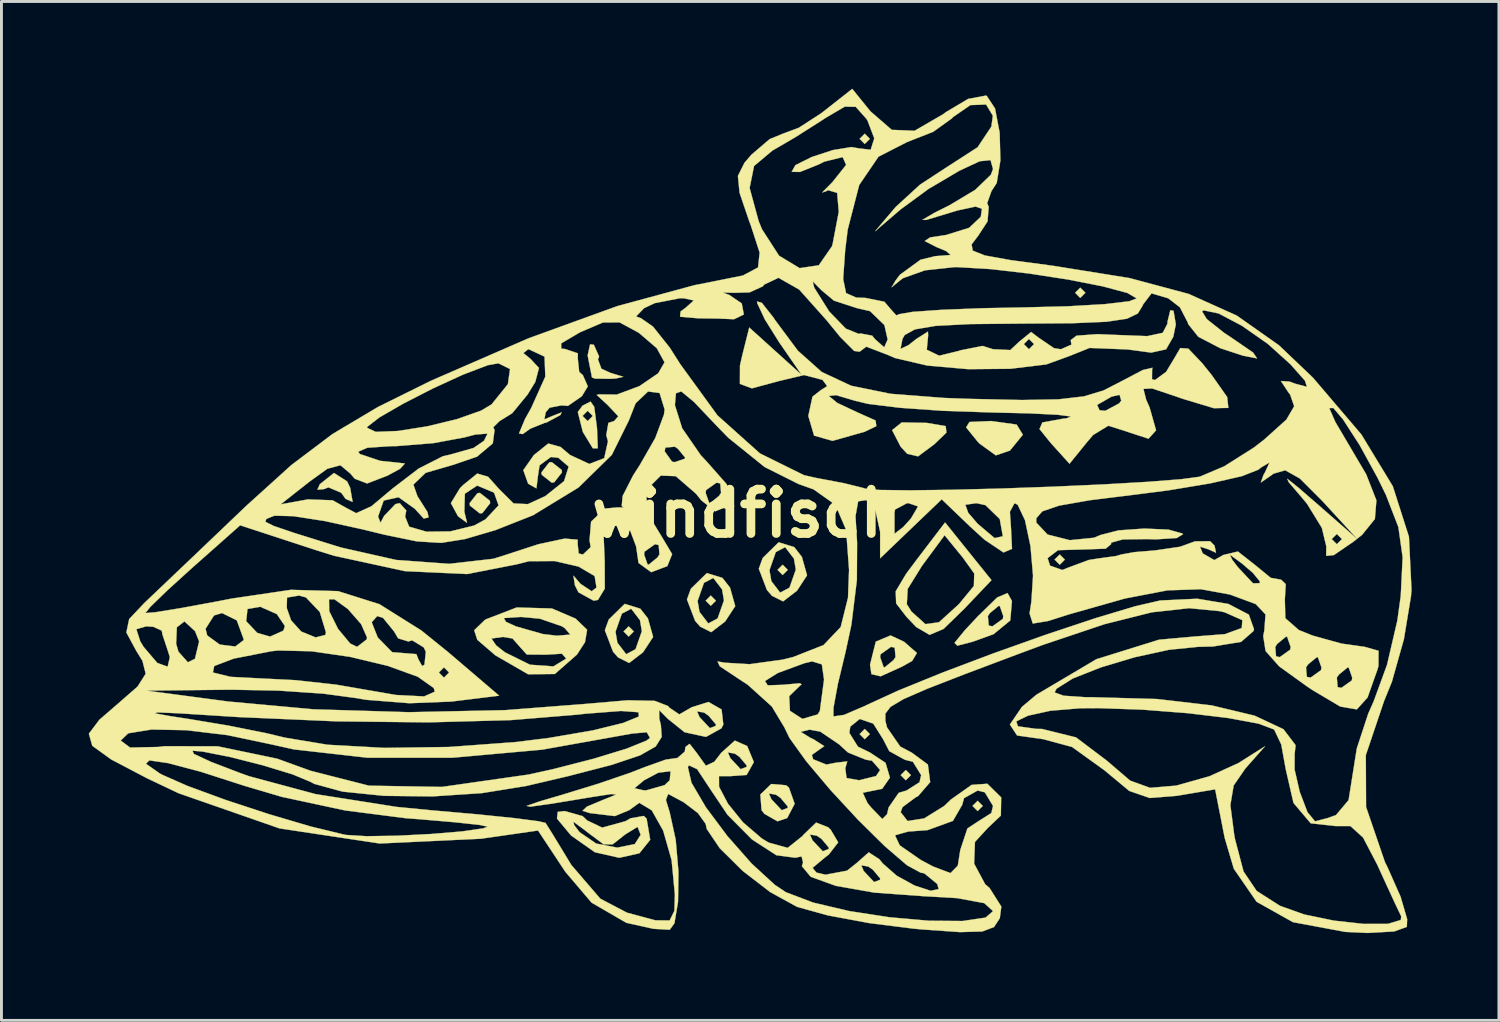
<source format=kicad_pcb>
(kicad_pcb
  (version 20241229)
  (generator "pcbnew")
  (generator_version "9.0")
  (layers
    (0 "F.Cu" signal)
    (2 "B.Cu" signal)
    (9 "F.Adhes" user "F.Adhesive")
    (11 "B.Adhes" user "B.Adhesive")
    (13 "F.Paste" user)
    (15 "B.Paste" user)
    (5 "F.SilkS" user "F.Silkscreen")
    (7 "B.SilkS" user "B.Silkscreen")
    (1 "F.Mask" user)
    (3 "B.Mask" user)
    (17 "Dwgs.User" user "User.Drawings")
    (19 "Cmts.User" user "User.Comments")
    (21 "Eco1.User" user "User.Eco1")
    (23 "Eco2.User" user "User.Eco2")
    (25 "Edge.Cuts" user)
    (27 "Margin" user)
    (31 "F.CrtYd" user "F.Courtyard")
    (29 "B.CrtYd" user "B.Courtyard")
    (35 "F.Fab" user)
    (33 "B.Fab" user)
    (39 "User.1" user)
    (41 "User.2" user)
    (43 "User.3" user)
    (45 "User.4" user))
  (footprint "windfisch"
    (layer "F.Cu")
    (at 22.618 14.599)
    (property "Reference" "windfisch" (at 0 0 0) (layer "F.SilkS") (effects (font (size 1.524 1.524) (thickness 0.3))))
    (attr through_hole)
    (fp_poly (pts (xy -3.881 4.057) (xy -4.057 4.233) (xy -4.233 4.057) (xy -4.057 3.881) (xy -3.881 4.057)) (stroke (width 0.01) (type solid)) (fill yes) (layer "F.SilkS"))
    (fp_poly (pts (xy -1.058 2.999) (xy -1.235 3.175) (xy -1.411 2.999) (xy -1.235 2.822) (xy -1.058 2.999)) (stroke (width 0.01) (type solid)) (fill yes) (layer "F.SilkS"))
    (fp_poly (pts (xy 1.411 1.94) (xy 1.235 2.117) (xy 1.058 1.94) (xy 1.235 1.764) (xy 1.411 1.94)) (stroke (width 0.01) (type solid)) (fill yes) (layer "F.SilkS"))
    (fp_poly (pts (xy 4.233 -12.876) (xy 4.057 -12.7) (xy 3.881 -12.876) (xy 4.057 -13.053) (xy 4.233 -12.876)) (stroke (width 0.01) (type solid)) (fill yes) (layer "F.SilkS"))
    (fp_poly (pts (xy 4.233 7.585) (xy 4.057 7.761) (xy 3.881 7.585) (xy 4.057 7.408) (xy 4.233 7.585)) (stroke (width 0.01) (type solid)) (fill yes) (layer "F.SilkS"))
    (fp_poly (pts (xy 5.644 8.996) (xy 5.468 9.172) (xy 5.292 8.996) (xy 5.468 8.819) (xy 5.644 8.996)) (stroke (width 0.01) (type solid)) (fill yes) (layer "F.SilkS"))
    (fp_poly (pts (xy 8.114 10.054) (xy 7.938 10.231) (xy 7.761 10.054) (xy 7.938 9.878) (xy 8.114 10.054)) (stroke (width 0.01) (type solid)) (fill yes) (layer "F.SilkS"))
    (fp_poly (pts (xy 10.936 1.587) (xy 10.76 1.764) (xy 10.583 1.587) (xy 10.76 1.411) (xy 10.936 1.587)) (stroke (width 0.01) (type solid)) (fill yes) (layer "F.SilkS"))
    (fp_poly (pts (xy 11.642 -7.585) (xy 11.465 -7.408) (xy 11.289 -7.585) (xy 11.465 -7.761) (xy 11.642 -7.585)) (stroke (width 0.01) (type solid)) (fill yes) (layer "F.SilkS"))
    (fp_poly (pts (xy -8.83 -0.437) (xy -8.819 -0.353) (xy -9.088 -0.01) (xy -9.172 0) (xy -9.515 -0.268) (xy -9.525 -0.353) (xy -9.257 -0.695) (xy -9.172 -0.706) (xy -8.83 -0.437)) (stroke (width 0.01) (type solid)) (fill yes) (layer "F.SilkS"))
    (fp_poly (pts (xy -6.36 -1.495) (xy -6.35 -1.411) (xy -6.618 -1.069) (xy -6.703 -1.058) (xy -7.045 -1.327) (xy -7.056 -1.411) (xy -6.787 -1.754) (xy -6.703 -1.764) (xy -6.36 -1.495)) (stroke (width 0.01) (type solid)) (fill yes) (layer "F.SilkS"))
    (fp_poly (pts (xy 6.183 -3.113) (xy 6.841 -3.001) (xy 6.864 -2.778) (xy 6.442 -2.372) (xy 5.889 -1.962) (xy 5.517 -2.05) (xy 5.292 -2.293) (xy 4.998 -2.863) (xy 5.328 -3.128) (xy 6.183 -3.113)) (stroke (width 0.01) (type solid)) (fill yes) (layer "F.SilkS"))
    (fp_poly (pts (xy -13.737 -1.102) (xy -13.631 -0.882) (xy -13.547 -0.396) (xy -13.788 -0.5) (xy -13.938 -0.711) (xy -14.379 -0.896) (xy -14.543 -0.833) (xy -14.758 -0.816) (xy -14.674 -1.004) (xy -14.188 -1.391) (xy -13.737 -1.102)) (stroke (width 0.01) (type solid)) (fill yes) (layer "F.SilkS"))
    (fp_poly (pts (xy 9.279 -3.054) (xy 9.492 -2.706) (xy 9.049 -2.161) (xy 8.562 -1.996) (xy 7.999 -2.403) (xy 7.936 -2.471) (xy 7.542 -2.957) (xy 7.657 -3.144) (xy 8.379 -3.175) (xy 8.412 -3.175) (xy 9.279 -3.054)) (stroke (width 0.01) (type solid)) (fill yes) (layer "F.SilkS"))
    (fp_poly (pts (xy -5.255 -5.798) (xy -5.074 -5.391) (xy -5.114 -5.294) (xy -4.994 -4.973) (xy -4.679 -4.83) (xy -4.244 -4.696) (xy -4.493 -4.64) (xy -4.674 -4.627) (xy -5.213 -4.634) (xy -5.319 -4.674) (xy -5.468 -5.431) (xy -5.384 -5.812) (xy -5.255 -5.798)) (stroke (width 0.01) (type solid)) (fill yes) (layer "F.SilkS"))
    (fp_poly (pts (xy -5.242 -3.665) (xy -5.152 -2.979) (xy -5.145 -2.91) (xy -5.12 -2.239) (xy -5.29 -2.239) (xy -5.633 -2.801) (xy -5.772 -3.351) (xy -5.644 -3.351) (xy -5.468 -3.175) (xy -5.292 -3.351) (xy -5.468 -3.528) (xy -5.644 -3.351) (xy -5.772 -3.351) (xy -5.806 -3.486) (xy -5.645 -3.704) (xy -5.368 -3.845) (xy -5.242 -3.665)) (stroke (width 0.01) (type solid)) (fill yes) (layer "F.SilkS"))
    (fp_poly (pts (xy 1.354 9.344) (xy 1.451 9.424) (xy 1.648 9.98) (xy 1.391 10.472) (xy 1.058 10.583) (xy 0.606 10.326) (xy 0.51 10.2) (xy 0.469 9.662) (xy 0.506 9.626) (xy 0.762 9.626) (xy 0.848 9.823) (xy 1.203 10.202) (xy 1.408 10.124) (xy 1.411 10.075) (xy 1.161 9.777) (xy 1.004 9.668) (xy 0.762 9.626) (xy 0.506 9.626) (xy 0.842 9.301) (xy 1.354 9.344)) (stroke (width 0.01) (type solid)) (fill yes) (layer "F.SilkS"))
    (fp_poly (pts (xy 18.997 -0.859) (xy 19.58 -0.353) (xy 20.98 0.873) (xy 20.849 0.976) (xy 20.181 1.432) (xy 19.92 1.459) (xy 19.923 1.132) (xy 19.863 0.882) (xy 20.108 0.882) (xy 20.285 1.058) (xy 20.461 0.882) (xy 20.285 0.706) (xy 20.108 0.882) (xy 19.863 0.882) (xy 19.77 0.495) (xy 19.263 -0.328) (xy 19.097 -0.529) (xy 18.628 -1.078) (xy 18.582 -1.193) (xy 18.997 -0.859)) (stroke (width 0.01) (type solid)) (fill yes) (layer "F.SilkS"))
    (fp_poly (pts (xy 5.411 4.412) (xy 5.85 4.797) (xy 5.688 5.068) (xy 5.344 5.264) (xy 4.602 5.599) (xy 4.287 5.524) (xy 4.239 5.203) (xy 4.304 4.939) (xy 4.586 4.939) (xy 4.706 5.282) (xy 4.742 5.292) (xy 5.043 5.044) (xy 5.115 4.939) (xy 5.087 4.614) (xy 4.96 4.586) (xy 4.6 4.842) (xy 4.586 4.939) (xy 4.304 4.939) (xy 4.437 4.407) (xy 4.943 4.194) (xy 5.411 4.412)) (stroke (width 0.01) (type solid)) (fill yes) (layer "F.SilkS"))
    (fp_poly (pts (xy -3.658 3.275) (xy -3.396 3.609) (xy -3.217 4.245) (xy -3.564 4.774) (xy -4.042 5.14) (xy -4.422 4.95) (xy -4.596 4.751) (xy -4.857 4.066) (xy -4.51 4.066) (xy -4.445 4.445) (xy -4.143 4.838) (xy -3.822 4.669) (xy -3.604 4.047) (xy -3.669 3.669) (xy -3.971 3.276) (xy -4.292 3.445) (xy -4.51 4.066) (xy -4.857 4.066) (xy -4.876 4.017) (xy -4.742 3.647) (xy -4.193 3.109) (xy -3.658 3.275)) (stroke (width 0.01) (type solid)) (fill yes) (layer "F.SilkS"))
    (fp_poly (pts (xy -0.835 2.216) (xy -0.574 2.551) (xy -0.395 3.186) (xy -0.742 3.715) (xy -1.22 4.082) (xy -1.6 3.892) (xy -1.774 3.692) (xy -2.035 3.008) (xy -1.688 3.008) (xy -1.623 3.387) (xy -1.321 3.78) (xy -1 3.61) (xy -0.782 2.989) (xy -0.847 2.611) (xy -1.149 2.218) (xy -1.47 2.387) (xy -1.688 3.008) (xy -2.035 3.008) (xy -2.054 2.959) (xy -1.92 2.589) (xy -1.371 2.051) (xy -0.835 2.216)) (stroke (width 0.01) (type solid)) (fill yes) (layer "F.SilkS"))
    (fp_poly (pts (xy 1.634 1.158) (xy 1.896 1.493) (xy 2.074 2.128) (xy 1.728 2.657) (xy 1.25 3.023) (xy 0.87 2.833) (xy 0.696 2.634) (xy 0.435 1.95) (xy 0.782 1.95) (xy 0.847 2.328) (xy 1.149 2.721) (xy 1.47 2.552) (xy 1.688 1.931) (xy 1.623 1.552) (xy 1.321 1.159) (xy 1 1.328) (xy 0.782 1.95) (xy 0.435 1.95) (xy 0.416 1.9) (xy 0.55 1.531) (xy 1.098 0.992) (xy 1.634 1.158)) (stroke (width 0.01) (type solid)) (fill yes) (layer "F.SilkS"))
    (fp_poly (pts (xy 9.117 3.01) (xy 9.06 3.678) (xy 8.486 4.15) (xy 7.761 4.412) (xy 7.239 4.546) (xy 7.143 4.45) (xy 7.497 4.016) (xy 7.938 3.544) (xy 7.954 3.528) (xy 8.29 3.528) (xy 8.318 3.853) (xy 8.446 3.881) (xy 8.805 3.624) (xy 8.819 3.528) (xy 8.699 3.184) (xy 8.664 3.175) (xy 8.363 3.422) (xy 8.29 3.528) (xy 7.954 3.528) (xy 8.61 2.888) (xy 8.967 2.738) (xy 9.117 3.01)) (stroke (width 0.01) (type solid)) (fill yes) (layer "F.SilkS"))
    (fp_poly (pts (xy 7.616 1.302) (xy 8.414 2.293) (xy 7.492 3.263) (xy 6.768 3.969) (xy 6.287 4.174) (xy 5.83 3.908) (xy 5.488 3.55) (xy 5.158 3.12) (xy 5.504 3.12) (xy 5.662 3.372) (xy 6.142 3.805) (xy 6.609 3.74) (xy 7.271 3.14) (xy 7.32 3.087) (xy 7.808 2.494) (xy 7.821 2.065) (xy 7.432 1.522) (xy 6.802 0.75) (xy 6.021 1.807) (xy 5.533 2.595) (xy 5.504 3.12) (xy 5.158 3.12) (xy 5.137 3.093) (xy 5.121 2.678) (xy 5.482 2.072) (xy 5.844 1.588) (xy 6.819 0.31) (xy 7.616 1.302)) (stroke (width 0.01) (type solid)) (fill yes) (layer "F.SilkS"))
    (fp_poly (pts (xy -5.641 10.405) (xy -5.487 10.552) (xy -4.968 10.8) (xy -4.166 10.579) (xy -3.993 10.479) (xy -3.54 10.399) (xy -3.441 10.489) (xy -3.318 11.22) (xy -3.689 11.682) (xy -4.38 11.837) (xy -5.219 11.647) (xy -6.032 11.076) (xy -6.049 11.057) (xy -6.432 10.597) (xy -5.957 10.597) (xy -5.931 10.712) (xy -5.748 10.954) (xy -5.176 11.347) (xy -4.449 11.488) (xy -3.848 11.366) (xy -3.645 11.048) (xy -3.751 10.773) (xy -4.17 11.03) (xy -4.612 11.378) (xy -4.92 11.373) (xy -5.434 10.99) (xy -5.502 10.936) (xy -5.957 10.597) (xy -6.432 10.597) (xy -6.522 10.489) (xy -6.497 10.259) (xy -6.256 10.231) (xy -5.641 10.405)) (stroke (width 0.01) (type solid)) (fill yes) (layer "F.SilkS"))
    (fp_poly (pts (xy -6.697 3.267) (xy -5.882 3.616) (xy -5.486 3.999) (xy -5.559 4.426) (xy -5.834 4.851) (xy -6.595 5.519) (xy -7.513 5.529) (xy -8.637 4.88) (xy -8.64 4.878) (xy -9.26 4.345) (xy -9.275 4.3) (xy -8.774 4.3) (xy -8.614 4.536) (xy -8.311 4.774) (xy -7.451 5.2) (xy -6.645 5.258) (xy -6.205 4.99) (xy -6.35 4.822) (xy -6.89 4.855) (xy -7.559 4.85) (xy -7.761 4.627) (xy -8.051 4.299) (xy -8.378 4.245) (xy -8.774 4.3) (xy -9.275 4.3) (xy -9.367 4.015) (xy -9.017 3.676) (xy -8.973 3.644) (xy -8.85 3.596) (xy -8.349 3.596) (xy -8.277 3.726) (xy -7.938 3.881) (xy -7.008 4.146) (xy -6.526 4.203) (xy -6.065 4.164) (xy -6.254 3.944) (xy -6.35 3.881) (xy -7.111 3.618) (xy -7.761 3.558) (xy -8.349 3.596) (xy -8.85 3.596) (xy -7.908 3.233) (xy -6.697 3.267)) (stroke (width 0.01) (type solid)) (fill yes) (layer "F.SilkS"))
    (fp_poly (pts (xy 0.519 -7.24) (xy 0.918 -6.734) (xy 0.98 -6.64) (xy 1.759 -5.593) (xy 2.578 -4.863) (xy 3.588 -4.39) (xy 4.941 -4.113) (xy 6.787 -3.97) (xy 7.67 -3.938) (xy 9.463 -3.899) (xy 10.718 -3.922) (xy 11.598 -4.025) (xy 12.27 -4.229) (xy 12.899 -4.553) (xy 12.905 -4.556) (xy 13.616 -4.93) (xy 13.947 -5.008) (xy 13.935 -4.939) (xy 13.932 -4.613) (xy 14.036 -4.586) (xy 14.418 -4.868) (xy 14.675 -5.294) (xy 14.904 -5.685) (xy 15.179 -5.665) (xy 15.651 -5.17) (xy 15.978 -4.765) (xy 16.516 -4.001) (xy 16.557 -3.628) (xy 16.058 -3.618) (xy 14.973 -3.945) (xy 14.76 -4.02) (xy 13.935 -4.297) (xy 13.637 -4.28) (xy 13.729 -3.914) (xy 13.847 -3.65) (xy 14.072 -2.857) (xy 13.812 -2.569) (xy 13.085 -2.805) (xy 13.068 -2.814) (xy 12.43 -3.015) (xy 11.911 -2.699) (xy 11.707 -2.462) (xy 11.096 -1.708) (xy 10.455 -2.417) (xy 10.064 -2.901) (xy 10.164 -3.128) (xy 10.853 -3.253) (xy 10.992 -3.27) (xy 11.149 -3.332) (xy 10.691 -3.391) (xy 9.707 -3.44) (xy 8.401 -3.471) (xy 6.744 -3.527) (xy 5.268 -3.631) (xy 4.462 -3.73) (xy 12.045 -3.73) (xy 12.129 -3.546) (xy 12.326 -3.528) (xy 12.805 -3.784) (xy 12.874 -3.877) (xy 12.817 -4.077) (xy 12.542 -4.015) (xy 12.045 -3.73) (xy 4.462 -3.73) (xy 4.168 -3.767) (xy 3.727 -3.872) (xy 3.073 -4.066) (xy 2.822 -4.039) (xy 3.111 -3.8) (xy 3.792 -3.48) (xy 4.429 -3.195) (xy 4.456 -3.001) (xy 4.057 -2.808) (xy 2.949 -2.495) (xy 2.316 -2.675) (xy 2.117 -3.351) (xy 2.261 -4.014) (xy 2.54 -4.233) (xy 2.765 -4.376) (xy 2.606 -4.591) (xy 1.971 -4.757) (xy 1.106 -4.55) (xy 0.177 -4.3) (xy -0.234 -4.453) (xy -0.232 -5.085) (xy -0.15 -5.447) (xy 0.087 -6.391) (xy 0.988 -5.577) (xy 1.889 -4.763) (xy 1.121 -5.875) (xy 0.624 -6.668) (xy 0.365 -7.221) (xy 0.355 -7.286) (xy 0.519 -7.24)) (stroke (width 0.01) (type solid)) (fill yes) (layer "F.SilkS"))
    (fp_poly (pts (xy 4.252 -13.823) (xy 4.986 -13.186) (xy 5.77 -13.154) (xy 6.756 -13.725) (xy 6.842 -13.792) (xy 7.61 -14.248) (xy 8.217 -14.362) (xy 8.253 -14.351) (xy 8.535 -13.921) (xy 8.695 -13.085) (xy 8.72 -12.133) (xy 8.594 -11.359) (xy 8.413 -11.079) (xy 8.265 -10.664) (xy 8.319 -10.537) (xy 8.278 -10.038) (xy 7.96 -9.55) (xy 7.73 -9.247) (xy 7.769 -9.034) (xy 8.184 -8.868) (xy 9.083 -8.706) (xy 10.575 -8.506) (xy 10.585 -8.504) (xy 13.156 -8.091) (xy 15.188 -7.547) (xy 16.846 -6.801) (xy 18.294 -5.782) (xy 19.465 -4.666) (xy 21.128 -2.715) (xy 22.209 -0.935) (xy 22.764 0.802) (xy 22.852 2.623) (xy 22.834 2.848) (xy 22.591 4.32) (xy 22.179 5.783) (xy 21.906 6.456) (xy 21.282 8.306) (xy 21.29 10.089) (xy 21.936 11.978) (xy 22.032 12.172) (xy 22.478 13.179) (xy 22.702 13.945) (xy 22.692 14.212) (xy 22.254 14.37) (xy 21.346 14.421) (xy 20.577 14.385) (xy 18.777 14.05) (xy 17.528 13.35) (xy 16.744 12.214) (xy 16.429 11.147) (xy 16.102 9.484) (xy 14.779 9.708) (xy 13.853 9.782) (xy 13.15 9.539) (xy 12.338 8.864) (xy 12.32 8.846) (xy 11.184 8.028) (xy 10.199 7.761) (xy 9.294 7.633) (xy 9.047 7.257) (xy 9.121 7.148) (xy 9.265 7.148) (xy 9.324 7.318) (xy 9.952 7.406) (xy 10.148 7.408) (xy 11.321 7.699) (xy 12.379 8.498) (xy 13.18 9.184) (xy 13.865 9.432) (xy 14.756 9.357) (xy 14.772 9.354) (xy 15.911 9.033) (xy 16.904 8.581) (xy 16.933 8.562) (xy 17.815 8.005) (xy 17.14 8.769) (xy 16.738 9.353) (xy 16.625 10.026) (xy 16.76 11.066) (xy 16.787 11.205) (xy 17.078 12.307) (xy 17.529 12.976) (xy 18.325 13.484) (xy 18.344 13.493) (xy 19.166 13.786) (xy 20.186 13.997) (xy 21.211 14.11) (xy 22.043 14.108) (xy 22.486 13.974) (xy 22.497 13.847) (xy 22.278 13.389) (xy 21.885 12.536) (xy 21.674 12.073) (xy 21.186 11.14) (xy 20.751 10.746) (xy 20.237 10.746) (xy 19.387 10.652) (xy 18.795 9.951) (xy 18.531 8.802) (xy 18.375 7.942) (xy 18.13 7.427) (xy 17.596 7.226) (xy 16.541 7.031) (xy 15.148 6.865) (xy 13.601 6.745) (xy 12.085 6.693) (xy 11.466 6.697) (xy 10.438 6.783) (xy 9.67 6.952) (xy 9.265 7.148) (xy 9.121 7.148) (xy 9.46 6.651) (xy 9.959 6.231) (xy 12.02 5.011) (xy 14.172 4.341) (xy 15.368 4.233) (xy 16.439 4.149) (xy 17.017 3.939) (xy 17.037 3.668) (xy 16.432 3.4) (xy 16.26 3.359) (xy 15.208 3.257) (xy 13.926 3.399) (xy 12.296 3.808) (xy 10.2 4.512) (xy 9.349 4.827) (xy 7.499 5.524) (xy 6.213 6.024) (xy 5.392 6.381) (xy 4.942 6.649) (xy 4.766 6.88) (xy 4.766 7.131) (xy 4.823 7.356) (xy 5.277 8.013) (xy 5.677 8.225) (xy 6.227 8.631) (xy 6.307 9.235) (xy 5.887 9.722) (xy 5.821 9.75) (xy 5.354 10.096) (xy 5.292 10.268) (xy 5.529 10.573) (xy 6.099 10.484) (xy 6.789 10.056) (xy 7.022 9.832) (xy 7.732 9.331) (xy 8.271 9.292) (xy 8.747 9.761) (xy 8.736 10.387) (xy 8.29 10.809) (xy 7.846 11.292) (xy 7.817 12.037) (xy 8.195 12.743) (xy 8.348 12.875) (xy 8.752 13.515) (xy 8.7 13.914) (xy 8.501 14.217) (xy 8.097 14.37) (xy 7.332 14.392) (xy 6.052 14.302) (xy 5.732 14.273) (xy 4.211 14.082) (xy 2.789 13.817) (xy 1.758 13.532) (xy 1.713 13.514) (xy 0.807 13.016) (xy -0.137 12.289) (xy -0.927 11.508) (xy -1.373 10.847) (xy -1.411 10.671) (xy -1.677 10.3) (xy -2.167 9.928) (xy -2.7 9.642) (xy -2.778 9.848) (xy -2.645 10.284) (xy -2.441 11.216) (xy -2.346 12.315) (xy -2.361 13.35) (xy -2.485 14.089) (xy -2.646 14.31) (xy -3.203 14.279) (xy -4.078 14.086) (xy -4.147 14.067) (xy -5.333 13.379) (xy -6.234 12.319) (xy -7.173 10.9) (xy -9.143 11.183) (xy -12.612 11.346) (xy -16.059 10.827) (xy -19.53 9.618) (xy -20.613 9.104) (xy -21.565 8.604) (xy -20.652 8.604) (xy -20.174 8.939) (xy -20.099 8.98) (xy -19.224 9.366) (xy -17.914 9.847) (xy -16.418 10.339) (xy -14.984 10.762) (xy -13.862 11.034) (xy -13.758 11.053) (xy -13.07 11.095) (xy -12.022 11.079) (xy -10.847 11.019) (xy -9.782 10.93) (xy -9.063 10.826) (xy -8.902 10.768) (xy -9.181 10.709) (xy -10.008 10.618) (xy -11.225 10.514) (xy -11.724 10.476) (xy -13.808 10.209) (xy -15.98 9.743) (xy -17.26 9.365) (xy -18.772 8.878) (xy -19.886 8.583) (xy -20.534 8.489) (xy -20.652 8.604) (xy -21.565 8.604) (xy -21.847 8.456) (xy -22.496 7.987) (xy -22.547 7.808) (xy -21.519 7.808) (xy -21.196 8.048) (xy -20.221 8.027) (xy -20.02 8.001) (xy -18.183 8.005) (xy -16.142 8.43) (xy -14.993 8.846) (xy -12.987 9.358) (xy -10.48 9.401) (xy -7.499 8.976) (xy -6.661 8.791) (xy -5.258 8.431) (xy -4.13 8.086) (xy -3.446 7.81) (xy -3.325 7.718) (xy -3.435 7.522) (xy -3.939 7.567) (xy -7.028 8.12) (xy -10.123 8.398) (xy -13.033 8.398) (xy -15.563 8.112) (xy -16.347 7.938) (xy -17.844 7.622) (xy -19.267 7.451) (xy -20.458 7.428) (xy -21.26 7.558) (xy -21.519 7.808) (xy -22.547 7.808) (xy -22.613 7.572) (xy -22.251 7.091) (xy -21.997 6.872) (xy -20.343 6.872) (xy -19.815 6.968) (xy -19.226 7.058) (xy -17.833 7.29) (xy -16.521 7.552) (xy -15.875 7.707) (xy -14.409 7.951) (xy -12.461 8.059) (xy -10.238 8.028) (xy -7.951 7.86) (xy -6.805 7.718) (xy -5.294 7.459) (xy -4.248 7.202) (xy -3.709 6.982) (xy -3.719 6.834) (xy -4.321 6.79) (xy -5.556 6.886) (xy -5.821 6.917) (xy -8.116 7.105) (xy -10.936 7.182) (xy -14.109 7.147) (xy -17.462 7.001) (xy -18.168 6.956) (xy -19.552 6.869) (xy -20.266 6.839) (xy -20.343 6.872) (xy -21.997 6.872) (xy -21.694 6.61) (xy -20.94 5.952) (xy -20.66 5.511) (xy -20.671 5.467) (xy -18.35 5.467) (xy -17.742 5.617) (xy -16.933 5.659) (xy -15.513 5.731) (xy -14.122 5.884) (xy -13.582 5.977) (xy -12.06 6.24) (xy -11.09 6.29) (xy -10.723 6.128) (xy -10.757 6.002) (xy -11.307 5.613) (xy -11.708 5.468) (xy -10.583 5.468) (xy -10.407 5.644) (xy -10.231 5.468) (xy -10.407 5.292) (xy -10.583 5.468) (xy -11.708 5.468) (xy -12.339 5.24) (xy -13.631 4.931) (xy -14.962 4.738) (xy -16.108 4.711) (xy -16.35 4.738) (xy -17.631 4.99) (xy -18.305 5.245) (xy -18.35 5.467) (xy -20.671 5.467) (xy -20.771 5.068) (xy -20.986 4.719) (xy -21.324 4.092) (xy -21.301 3.979) (xy -20.981 3.979) (xy -20.848 4.394) (xy -20.732 4.586) (xy -20.261 5.139) (xy -19.905 5.268) (xy -19.83 4.941) (xy -19.894 4.734) (xy -19.978 4.481) (xy -19.614 4.481) (xy -19.533 4.754) (xy -19.209 5.117) (xy -18.967 4.997) (xy -18.823 4.397) (xy -18.965 4.046) (xy -19.054 3.964) (xy -18.602 3.964) (xy -18.545 4.194) (xy -18.114 4.508) (xy -17.58 4.574) (xy -17.293 4.356) (xy -17.292 4.322) (xy -17.518 3.704) (xy -17.206 3.704) (xy -16.823 4.108) (xy -16.383 4.233) (xy -15.927 4.03) (xy -15.875 3.869) (xy -16.152 3.46) (xy -16.628 3.249) (xy -15.812 3.249) (xy -15.661 3.675) (xy -15.314 4.059) (xy -14.818 4.262) (xy -14.486 4.177) (xy -14.464 4.086) (xy -14.677 3.385) (xy -15.09 2.952) (xy -14.358 2.952) (xy -14.351 3.36) (xy -14.047 3.97) (xy -13.633 4.469) (xy -13.393 4.586) (xy -13.061 4.329) (xy -13.053 4.259) (xy -13.257 3.8) (xy -13.31 3.74) (xy -12.891 3.74) (xy -12.685 4.261) (xy -12.188 4.769) (xy -11.791 4.801) (xy -11.355 4.836) (xy -11.289 5.009) (xy -11.156 5.247) (xy -11.077 5.198) (xy -11.031 4.754) (xy -11.102 4.604) (xy -11.501 4.362) (xy -11.629 4.402) (xy -11.982 4.294) (xy -12.123 4.055) (xy -12.503 3.589) (xy -12.701 3.528) (xy -12.891 3.74) (xy -13.31 3.74) (xy -13.71 3.285) (xy -14.169 2.953) (xy -14.358 2.952) (xy -15.09 2.952) (xy -15.15 2.888) (xy -15.384 2.822) (xy -15.801 2.891) (xy -15.812 3.249) (xy -16.628 3.249) (xy -16.717 3.209) (xy -17.16 3.284) (xy -17.206 3.704) (xy -17.518 3.704) (xy -17.528 3.675) (xy -18.037 3.424) (xy -18.311 3.507) (xy -18.602 3.964) (xy -19.054 3.964) (xy -19.327 3.712) (xy -19.589 3.914) (xy -19.614 4.481) (xy -19.978 4.481) (xy -20.081 4.171) (xy -20.108 4.028) (xy -20.397 3.897) (xy -20.64 3.881) (xy -20.981 3.979) (xy -21.301 3.979) (xy -21.228 3.632) (xy -21.033 3.425) (xy -20.671 3.425) (xy -20.321 3.396) (xy -19.445 3.253) (xy -18.207 3.025) (xy -17.711 2.928) (xy -15.669 2.626) (xy -14.048 2.671) (xy -12.625 3.12) (xy -11.18 4.026) (xy -10.253 4.776) (xy -8.509 6.265) (xy -10.164 6.468) (xy -11.598 6.524) (xy -13.087 6.406) (xy -13.406 6.35) (xy -14.557 6.195) (xy -16.094 6.091) (xy -17.7 6.059) (xy -17.815 6.06) (xy -20.637 6.091) (xy -17.815 6.466) (xy -14.891 6.733) (xy -11.611 6.832) (xy -8.309 6.762) (xy -5.606 6.553) (xy -4.091 6.423) (xy -3.16 6.443) (xy -2.707 6.619) (xy -2.665 6.672) (xy -2.316 6.908) (xy -2.136 6.804) (xy -1.707 6.804) (xy -1.621 7.001) (xy -1.266 7.38) (xy -1.062 7.302) (xy -1.058 7.253) (xy -1.309 6.954) (xy -1.466 6.845) (xy -1.707 6.804) (xy -2.136 6.804) (xy -1.894 6.664) (xy -1.314 6.481) (xy -0.864 6.739) (xy -0.804 7.256) (xy -0.869 7.387) (xy -1.4 7.681) (xy -2.135 7.522) (xy -2.716 7.056) (xy -3.009 6.758) (xy -3.004 7.056) (xy -2.95 7.282) (xy -2.922 7.681) (xy -3.13 8.012) (xy -3.669 8.317) (xy -4.637 8.642) (xy -6.131 9.029) (xy -7.585 9.37) (xy -9.107 9.615) (xy -10.803 9.727) (xy -12.466 9.708) (xy -13.89 9.563) (xy -14.867 9.296) (xy -14.993 9.227) (xy -15.609 8.97) (xy -16.627 8.66) (xy -17.753 8.373) (xy -18.697 8.187) (xy -19.05 8.156) (xy -19.006 8.264) (xy -18.413 8.54) (xy -17.393 8.931) (xy -17.11 9.032) (xy -14.817 9.649) (xy -12.034 10.088) (xy -10.823 10.206) (xy -9.268 10.342) (xy -8 10.472) (xy -7.169 10.579) (xy -6.915 10.638) (xy -6.695 10.988) (xy -6.246 11.725) (xy -6.032 12.08) (xy -5.033 13.243) (xy -4.118 13.723) (xy -3.133 13.988) (xy -2.648 13.989) (xy -2.486 13.66) (xy -2.469 13.105) (xy -2.582 11.916) (xy -2.872 10.903) (xy -3.266 10.203) (xy -3.693 9.948) (xy -4.038 10.199) (xy -4.532 10.404) (xy -5.391 10.301) (xy -5.644 10.222) (xy -5.495 10.079) (xy -4.939 9.847) (xy -4.487 9.666) (xy -4.656 9.646) (xy -5.292 9.744) (xy -6.695 9.976) (xy -7.44 10.08) (xy -7.566 10.054) (xy -7.109 9.896) (xy -6.35 9.673) (xy -5.61 9.446) (xy -3.858 9.446) (xy -3.541 9.518) (xy -3.46 9.52) (xy -2.823 9.34) (xy -2.646 9.172) (xy -2.617 8.861) (xy -3.038 8.912) (xy -3.528 9.172) (xy -3.858 9.446) (xy -5.61 9.446) (xy -5.099 9.289) (xy -3.998 8.913) (xy -3.528 8.729) (xy -3.501 8.719) (xy -2.023 8.719) (xy -1.899 9.256) (xy -1.401 10.104) (xy -0.666 11.088) (xy 0.169 12.035) (xy 0.967 12.768) (xy 1.345 13.02) (xy 2.281 13.376) (xy 3.526 13.669) (xy 4.91 13.882) (xy 6.265 14.001) (xy 7.422 14.01) (xy 8.211 13.893) (xy 8.467 13.67) (xy 8.166 13.396) (xy 7.235 13.224) (xy 6.06 13.156) (xy 4.39 13.035) (xy 3.067 12.803) (xy 2.2 12.49) (xy 1.896 12.125) (xy 1.937 11.999) (xy 1.885 11.79) (xy 1.67 11.835) (xy 1.02 11.749) (xy 0.183 11.208) (xy -0.66 10.359) (xy -1.299 9.406) (xy -1.705 8.79) (xy -1.986 8.66) (xy -2.023 8.719) (xy -3.501 8.719) (xy -2.785 8.463) (xy -2.381 8.405) (xy -2.13 8.188) (xy -2.106 8.026) (xy -1.962 7.92) (xy -1.722 8.227) (xy -1.403 8.672) (xy -1.114 8.537) (xy -0.874 8.227) (xy -0.861 8.215) (xy -0.649 8.215) (xy -0.563 8.412) (xy -0.208 8.791) (xy -0.003 8.713) (xy 0 8.664) (xy -0.251 8.365) (xy -0.407 8.257) (xy -0.649 8.215) (xy -0.861 8.215) (xy -0.407 7.809) (xy 0.016 7.995) (xy 0.245 8.548) (xy -0.003 8.99) (xy -0.565 9.031) (xy -0.565 9.031) (xy -0.953 9.03) (xy -0.95 9.396) (xy -0.645 9.977) (xy -0.125 10.621) (xy 0.522 11.175) (xy 0.753 11.314) (xy 1.408 11.496) (xy 1.917 11.09) (xy 1.945 11.052) (xy 1.961 11.037) (xy 2.174 11.037) (xy 2.259 11.234) (xy 2.615 11.613) (xy 2.819 11.535) (xy 2.822 11.486) (xy 2.572 11.188) (xy 2.415 11.079) (xy 2.174 11.037) (xy 1.961 11.037) (xy 2.387 10.626) (xy 2.8 10.789) (xy 2.887 10.872) (xy 3.145 11.307) (xy 2.822 11.725) (xy 2.709 11.811) (xy 2.264 12.182) (xy 2.395 12.345) (xy 2.709 12.418) (xy 3.449 12.28) (xy 3.681 12.096) (xy 3.937 12.096) (xy 4.023 12.293) (xy 4.378 12.671) (xy 4.583 12.594) (xy 4.586 12.544) (xy 4.336 12.246) (xy 4.179 12.137) (xy 3.937 12.096) (xy 3.681 12.096) (xy 3.792 12.007) (xy 4.194 11.65) (xy 4.557 11.885) (xy 4.676 12.031) (xy 5.156 12.453) (xy 5.776 12.793) (xy 6.326 12.972) (xy 6.599 12.911) (xy 6.55 12.738) (xy 6.103 12.37) (xy 5.976 12.347) (xy 5.511 12.095) (xy 4.746 11.438) (xy 4.366 11.064) (xy 5.097 11.064) (xy 5.259 11.409) (xy 5.99 11.915) (xy 6.408 12.137) (xy 7.005 12.363) (xy 7.256 12.108) (xy 7.342 11.567) (xy 7.586 10.83) (xy 7.96 10.583) (xy 8.408 10.3) (xy 8.467 10.054) (xy 8.184 9.586) (xy 7.938 9.525) (xy 7.469 9.788) (xy 7.408 10.016) (xy 7.088 10.569) (xy 6.217 10.886) (xy 5.545 10.936) (xy 5.097 11.064) (xy 4.366 11.064) (xy 3.82 10.524) (xy 2.873 9.501) (xy 2.044 8.516) (xy 1.471 7.719) (xy 1.369 7.508) (xy 1.856 7.508) (xy 2.196 7.719) (xy 2.293 7.761) (xy 2.667 8) (xy 2.537 8.089) (xy 2.239 8.301) (xy 2.284 8.451) (xy 2.74 8.633) (xy 3.068 8.568) (xy 3.457 8.524) (xy 3.388 8.759) (xy 3.432 9.095) (xy 3.86 9.172) (xy 4.444 9.028) (xy 4.586 8.819) (xy 4.304 8.499) (xy 4.1 8.467) (xy 3.482 8.218) (xy 3.175 7.938) (xy 2.594 7.544) (xy 3.528 7.544) (xy 3.823 8.017) (xy 4.233 8.216) (xy 4.772 8.573) (xy 4.923 9.082) (xy 4.657 9.466) (xy 4.367 9.525) (xy 3.99 9.602) (xy 4.151 9.952) (xy 4.278 10.109) (xy 4.662 10.505) (xy 4.826 10.338) (xy 4.877 10.109) (xy 5.226 9.604) (xy 5.494 9.525) (xy 5.939 9.242) (xy 5.997 8.996) (xy 5.712 8.536) (xy 5.435 8.467) (xy 4.9 8.171) (xy 4.688 7.761) (xy 4.351 7.225) (xy 3.886 7.065) (xy 3.56 7.329) (xy 3.528 7.544) (xy 2.594 7.544) (xy 2.53 7.5) (xy 2.162 7.433) (xy 1.856 7.508) (xy 1.369 7.508) (xy 1.298 7.359) (xy 0.863 6.637) (xy 0.038 5.891) (xy -0.161 5.761) (xy 0.627 5.761) (xy 0.722 5.909) (xy 1.235 5.891) (xy 1.834 5.837) (xy 1.887 5.889) (xy 1.852 5.901) (xy 1.46 6.283) (xy 1.486 6.785) (xy 1.902 7.054) (xy 1.94 7.056) (xy 2.203 6.978) (xy 2.98 6.978) (xy 3.346 6.925) (xy 4.059 6.619) (xy 4.112 6.592) (xy 5.217 6.085) (xy 6.736 5.468) (xy 8.49 4.806) (xy 10.298 4.163) (xy 11.981 3.603) (xy 13.36 3.189) (xy 14.209 2.993) (xy 15.487 2.932) (xy 16.557 3.111) (xy 17.26 3.478) (xy 17.438 3.981) (xy 17.418 4.046) (xy 16.994 4.415) (xy 16.026 4.574) (xy 15.514 4.586) (xy 14.523 4.686) (xy 13.342 4.943) (xy 12.169 5.294) (xy 11.205 5.676) (xy 10.648 6.026) (xy 10.583 6.153) (xy 10.895 6.266) (xy 11.668 6.318) (xy 11.906 6.318) (xy 14.1 6.379) (xy 15.98 6.598) (xy 17.459 6.952) (xy 18.45 7.417) (xy 18.868 7.967) (xy 18.835 8.263) (xy 18.833 8.803) (xy 19.011 9.574) (xy 19.276 10.27) (xy 19.535 10.583) (xy 19.542 10.583) (xy 19.965 10.473) (xy 20.256 10.369) (xy 20.689 9.855) (xy 20.814 9.069) (xy 20.971 8.079) (xy 21.364 6.883) (xy 21.553 6.456) (xy 22.01 5.205) (xy 22.365 3.684) (xy 22.483 2.829) (xy 22.547 1.504) (xy 22.401 0.469) (xy 21.973 -0.637) (xy 21.682 -1.231) (xy 21.071 -2.345) (xy 20.499 -3.231) (xy 20.165 -3.624) (xy 20.025 -3.621) (xy 20.234 -3.143) (xy 20.528 -2.646) (xy 21.294 -1.345) (xy 21.645 -0.45) (xy 21.593 0.192) (xy 21.153 0.736) (xy 20.981 0.872) (xy 19.782 -0.433) (xy 19.016 -1.199) (xy 18.512 -1.483) (xy 18.107 -1.367) (xy 18.039 -1.315) (xy 17.673 -1.063) (xy 17.762 -1.319) (xy 17.815 -1.411) (xy 17.972 -1.752) (xy 17.687 -1.583) (xy 17.589 -1.504) (xy 17.024 -1.282) (xy 15.934 -1.033) (xy 14.497 -0.794) (xy 13.448 -0.659) (xy 11.796 -0.454) (xy 10.737 -0.268) (xy 10.16 -0.071) (xy 9.953 0.168) (xy 9.955 0.316) (xy 10.343 0.726) (xy 11.107 0.919) (xy 11.936 0.836) (xy 12.171 0.738) (xy 12.784 0.582) (xy 13.662 0.52) (xy 14.497 0.556) (xy 14.979 0.691) (xy 14.998 0.714) (xy 14.783 0.845) (xy 14.07 0.891) (xy 13.758 0.882) (xy 12.927 0.894) (xy 12.526 1.005) (xy 12.524 1.058) (xy 12.338 1.212) (xy 11.717 1.234) (xy 10.7 1.263) (xy 10.343 1.538) (xy 10.426 1.794) (xy 10.85 1.944) (xy 11.049 1.863) (xy 11.759 1.6) (xy 12.083 1.549) (xy 12.707 1.462) (xy 12.876 1.411) (xy 13.324 1.33) (xy 14.023 1.273) (xy 14.898 1.145) (xy 15.41 0.959) (xy 15.929 0.954) (xy 16.082 1.107) (xy 16.132 1.351) (xy 15.875 1.235) (xy 15.58 1.141) (xy 15.676 1.374) (xy 16.074 1.604) (xy 16.382 1.429) (xy 16.447 1.414) (xy 16.604 1.414) (xy 16.691 1.596) (xy 16.888 1.852) (xy 17.403 2.401) (xy 17.633 2.398) (xy 17.639 2.336) (xy 17.398 2.042) (xy 17.022 1.719) (xy 16.604 1.414) (xy 16.447 1.414) (xy 16.884 1.309) (xy 17.456 1.757) (xy 18.014 2.214) (xy 18.37 2.278) (xy 18.529 2.43) (xy 18.498 2.957) (xy 18.515 3.601) (xy 18.979 4.008) (xy 19.455 4.199) (xy 20.443 4.473) (xy 21.243 4.586) (xy 21.719 4.721) (xy 21.715 5.248) (xy 21.677 5.38) (xy 21.34 6.33) (xy 20.972 6.736) (xy 20.402 6.638) (xy 19.459 6.078) (xy 19.271 5.954) (xy 18.352 5.292) (xy 19.226 5.292) (xy 19.254 5.617) (xy 19.382 5.644) (xy 20.285 5.644) (xy 20.313 5.97) (xy 20.44 5.997) (xy 20.8 5.741) (xy 20.814 5.644) (xy 20.694 5.301) (xy 20.658 5.292) (xy 20.357 5.539) (xy 20.285 5.644) (xy 19.382 5.644) (xy 19.741 5.388) (xy 19.756 5.292) (xy 19.635 4.948) (xy 19.6 4.939) (xy 19.299 5.186) (xy 19.226 5.292) (xy 18.352 5.292) (xy 18.301 5.255) (xy 17.835 4.728) (xy 17.813 4.586) (xy 18.168 4.586) (xy 18.196 4.911) (xy 18.324 4.939) (xy 18.683 4.683) (xy 18.697 4.586) (xy 18.577 4.243) (xy 18.542 4.233) (xy 18.24 4.481) (xy 18.168 4.586) (xy 17.813 4.586) (xy 17.755 4.215) (xy 17.793 4.022) (xy 17.833 3.471) (xy 17.498 3.116) (xy 16.63 2.795) (xy 16.596 2.785) (xy 15.614 2.605) (xy 14.464 2.644) (xy 13.004 2.924) (xy 11.09 3.466) (xy 10.362 3.698) (xy 9.833 3.785) (xy 9.723 3.438) (xy 9.785 3.033) (xy 9.842 2.142) (xy 9.755 1.128) (xy 9.566 0.234) (xy 9.315 -0.297) (xy 9.205 -0.353) (xy 9.047 -0.059) (xy 9.086 0.529) (xy 9.12 1.218) (xy 8.827 1.342) (xy 8.172 0.901) (xy 7.692 0.463) (xy 6.898 -0.298) (xy 7.515 -0.298) (xy 7.615 -0.021) (xy 7.939 0.355) (xy 8.522 0.848) (xy 8.804 0.785) (xy 8.698 0.192) (xy 8.207 -0.285) (xy 7.894 -0.353) (xy 7.515 -0.298) (xy 6.898 -0.298) (xy 6.703 -0.485) (xy 5.644 0.529) (xy 4.586 1.543) (xy 4.586 0.633) (xy 4.486 0.176) (xy 4.939 0.176) (xy 5.011 0.647) (xy 5.072 0.706) (xy 5.376 0.472) (xy 5.644 0.176) (xy 5.89 -0.241) (xy 5.566 -0.352) (xy 5.511 -0.353) (xy 5.016 -0.089) (xy 4.939 0.176) (xy 4.486 0.176) (xy 4.422 -0.117) (xy 4.112 -0.459) (xy 3.831 -0.416) (xy 3.74 0.091) (xy 3.794 1.002) (xy 3.787 2.29) (xy 3.599 3.823) (xy 3.401 4.747) (xy 3.132 5.867) (xy 2.983 6.678) (xy 2.98 6.978) (xy 2.203 6.978) (xy 2.438 6.91) (xy 2.514 6.791) (xy 2.658 5.713) (xy 2.583 5.188) (xy 2.249 5.086) (xy 1.981 5.149) (xy 1.069 5.485) (xy 0.627 5.761) (xy -0.161 5.761) (xy -0.252 5.701) (xy -0.925 5.254) (xy -1.003 5.087) (xy -0.757 5.131) (xy 0.099 5.182) (xy 1.228 5.027) (xy 1.593 4.937) (xy 2.64 4.526) (xy 3.23 3.906) (xy 3.482 2.895) (xy 3.518 1.94) (xy 3.417 0.566) (xy 3.047 -0.297) (xy 2.302 -0.825) (xy 1.779 -1.012) (xy 0.615 -1.596) (xy -0.632 -2.601) (xy -1.014 -2.992) (xy -1.811 -3.832) (xy -2.248 -4.194) (xy -2.433 -4.131) (xy -2.469 -3.723) (xy -2.218 -2.926) (xy -1.58 -2.003) (xy -1.362 -1.769) (xy -0.69 -1.007) (xy -0.523 -0.513) (xy -0.676 -0.243) (xy -1.083 -0.071) (xy -1.564 -0.453) (xy -1.738 -0.672) (xy -1.776 -0.706) (xy -1.411 -0.706) (xy -1.291 -0.362) (xy -1.256 -0.353) (xy -0.954 -0.6) (xy -0.882 -0.706) (xy -0.91 -1.031) (xy -1.038 -1.058) (xy -1.397 -0.802) (xy -1.411 -0.706) (xy -1.776 -0.706) (xy -2.439 -1.281) (xy -2.953 -1.301) (xy -3.451 -0.805) (xy -3.427 -0.03) (xy -2.936 0.774) (xy -2.563 1.4) (xy -2.729 1.812) (xy -3.283 2.02) (xy -3.719 1.702) (xy -3.761 1.411) (xy -3.528 1.411) (xy -3.407 1.755) (xy -3.372 1.764) (xy -3.071 1.517) (xy -2.999 1.411) (xy -3.027 1.086) (xy -3.154 1.058) (xy -3.513 1.314) (xy -3.528 1.411) (xy -3.761 1.411) (xy -3.802 1.133) (xy -4.007 0.589) (xy -4.353 0.422) (xy -4.767 0.435) (xy -4.916 0.821) (xy -4.882 1.644) (xy -4.879 2.586) (xy -5.114 2.973) (xy -5.262 2.999) (xy -5.785 2.711) (xy -5.906 2.469) (xy -5.956 2.138) (xy -5.715 2.419) (xy -5.328 2.675) (xy -5.164 2.548) (xy -5.227 2.152) (xy -5.779 1.827) (xy -6.604 1.637) (xy -7.483 1.643) (xy -7.896 1.748) (xy -9.613 2.084) (xy -11.749 1.984) (xy -14.177 1.457) (xy -14.804 1.262) (xy -17.413 0.408) (xy -19.073 1.88) (xy -19.922 2.651) (xy -20.498 3.21) (xy -20.671 3.425) (xy -21.033 3.425) (xy -20.71 3.082) (xy -20.104 2.506) (xy -19.14 1.588) (xy -17.972 0.474) (xy -17.775 0.286) (xy -16.547 0.286) (xy -16.257 0.431) (xy -15.535 0.676) (xy -14.27 1.071) (xy -13.935 1.174) (xy -12.05 1.599) (xy -10.225 1.732) (xy -8.711 1.559) (xy -8.401 1.463) (xy -7.163 1.059) (xy -6.258 0.865) (xy -5.81 0.902) (xy -5.812 1.044) (xy -5.777 1.378) (xy -5.628 1.411) (xy -5.364 1.159) (xy -5.403 0.925) (xy -5.35 0.282) (xy -4.874 -0.167) (xy -4.455 -0.207) (xy -4.235 -0.208) (xy -4.297 -0.255) (xy -4.265 -0.6) (xy -3.906 -1.304) (xy -3.679 -1.658) (xy -3.404 -2.137) (xy -2.822 -2.137) (xy -2.566 -1.778) (xy -2.469 -1.764) (xy -2.126 -1.884) (xy -2.117 -1.919) (xy -2.364 -2.221) (xy -2.469 -2.293) (xy -2.795 -2.265) (xy -2.822 -2.137) (xy -3.404 -2.137) (xy -3.142 -2.596) (xy -2.844 -3.4) (xy -2.822 -3.577) (xy -2.996 -4.141) (xy -3.392 -4.191) (xy -3.819 -3.786) (xy -4.054 -3.19) (xy -4.637 -2.013) (xy -5.783 -0.89) (xy -7.347 0.064) (xy -8.641 0.575) (xy -9.692 0.883) (xy -10.503 1.012) (xy -11.338 0.961) (xy -12.462 0.729) (xy -13.189 0.551) (xy -14.503 0.262) (xy -15.486 0.109) (xy -12.672 0.109) (xy -12.587 0.319) (xy -12.466 0.088) (xy -12.075 -0.321) (xy -11.927 -0.353) (xy -11.702 -0.101) (xy -11.743 0.107) (xy -11.604 0.455) (xy -11.009 0.627) (xy -10.188 0.617) (xy -9.369 0.416) (xy -8.983 0.206) (xy -8.53 -0.276) (xy -8.681 -0.702) (xy -8.701 -0.722) (xy -9.265 -0.958) (xy -9.689 -0.678) (xy -9.706 -0.057) (xy -9.705 -0.053) (xy -9.613 0.324) (xy -9.902 0.114) (xy -9.93 0.086) (xy -10.169 -0.355) (xy -9.86 -0.863) (xy -9.752 -0.973) (xy -9.262 -1.371) (xy -8.891 -1.262) (xy -8.511 -0.837) (xy -8.014 -0.344) (xy -7.522 -0.32) (xy -6.924 -0.595) (xy -6.278 -1.11) (xy -6.121 -1.61) (xy -6.478 -1.914) (xy -6.732 -1.94) (xy -7.121 -1.653) (xy -7.177 -1.285) (xy -7.229 -0.861) (xy -7.514 -1.023) (xy -7.68 -1.488) (xy -7.316 -2.007) (xy -6.822 -2.403) (xy -6.402 -2.287) (xy -6.074 -2.01) (xy -5.409 -1.701) (xy -4.898 -1.9) (xy -4.769 -2.483) (xy -4.828 -2.689) (xy -4.755 -3.113) (xy -4.556 -3.175) (xy -4.415 -3.34) (xy -4.783 -3.73) (xy -5.157 -4.073) (xy -5.077 -4.093) (xy -4.468 -4.085) (xy -3.688 -4.376) (xy -3.041 -4.818) (xy -2.825 -5.195) (xy -3.092 -5.681) (xy -3.707 -6.208) (xy -4.369 -6.567) (xy -4.941 -6.564) (xy -5.736 -6.224) (xy -6.379 -5.844) (xy -6.373 -5.665) (xy -6.241 -5.652) (xy -5.804 -5.504) (xy -5.806 -5.316) (xy -5.758 -4.865) (xy -5.633 -4.755) (xy -5.462 -4.368) (xy -5.667 -4.029) (xy -6.146 -3.696) (xy -6.366 -3.714) (xy -6.776 -3.635) (xy -6.909 -3.479) (xy -6.956 -3.233) (xy -6.669 -3.353) (xy -6.361 -3.475) (xy -6.409 -3.379) (xy -6.895 -3.118) (xy -6.938 -3.116) (xy -7.438 -2.914) (xy -7.7 -2.727) (xy -7.828 -2.748) (xy -7.621 -3.245) (xy -7.407 -3.627) (xy -6.923 -4.704) (xy -6.95 -5.391) (xy -7.483 -5.639) (xy -7.517 -5.639) (xy -7.677 -5.513) (xy -7.436 -5.316) (xy -7.141 -5) (xy -7.268 -4.52) (xy -7.533 -4.087) (xy -8.061 -3.444) (xy -8.495 -3.175) (xy -8.496 -3.175) (xy -8.711 -2.964) (xy -8.668 -2.862) (xy -8.729 -2.407) (xy -9.27 -1.952) (xy -10.082 -1.673) (xy -11.036 -1.396) (xy -11.458 -0.991) (xy -11.32 -0.595) (xy -10.971 -0.043) (xy -10.936 0.138) (xy -11.102 0.176) (xy -11.412 -0.163) (xy -11.968 -0.557) (xy -12.479 -0.443) (xy -12.672 0.109) (xy -15.486 0.109) (xy -15.585 0.094) (xy -16.224 0.078) (xy -16.265 0.089) (xy -16.513 0.189) (xy -16.547 0.286) (xy -17.775 0.286) (xy -17.174 -0.288) (xy -17.146 -0.312) (xy -16.021 -0.312) (xy -15.087 -0.482) (xy -14.234 -0.452) (xy -13.774 -0.195) (xy -13.424 -0.009) (xy -12.901 -0.246) (xy -12.18 -0.851) (xy -11.28 -1.54) (xy -10.446 -1.965) (xy -10.192 -2.023) (xy -9.39 -2.25) (xy -9.031 -2.497) (xy -8.91 -2.744) (xy -9.33 -2.711) (xy -9.701 -2.614) (xy -10.768 -2.416) (xy -12.027 -2.315) (xy -12.24 -2.312) (xy -13.041 -2.258) (xy -13.356 -2.121) (xy -13.298 -2.043) (xy -12.602 -1.809) (xy -12.171 -1.764) (xy -11.75 -1.717) (xy -11.914 -1.535) (xy -12.347 -1.3) (xy -13.047 -1.03) (xy -13.474 -1.193) (xy -13.623 -1.368) (xy -13.965 -1.656) (xy -14.416 -1.535) (xy -15.019 -1.101) (xy -16.021 -0.312) (xy -17.146 -0.312) (xy -15.649 -1.666) (xy -14.239 -2.729) (xy -13.878 -2.944) (xy -13.053 -2.944) (xy -12.752 -2.804) (xy -11.993 -2.834) (xy -10.993 -2.992) (xy -9.966 -3.239) (xy -9.129 -3.534) (xy -8.771 -3.748) (xy -8.21 -4.443) (xy -8.136 -4.963) (xy -8.535 -5.161) (xy -8.908 -5.093) (xy -9.754 -4.77) (xy -10.787 -4.296) (xy -11.811 -3.771) (xy -12.626 -3.3) (xy -13.036 -2.983) (xy -13.053 -2.944) (xy -13.878 -2.944) (xy -12.676 -3.659) (xy -10.851 -4.562) (xy -7.502 -6.019) (xy -5.427 -6.772) (xy -3.803 -6.772) (xy -3.631 -6.708) (xy -3.223 -6.424) (xy -2.647 -5.702) (xy -2.283 -5.13) (xy -1.006 -3.371) (xy 0.455 -2.063) (xy 1.97 -1.315) (xy 2.374 -1.223) (xy 3.332 -1.042) (xy 3.99 -0.88) (xy 4.057 -0.856) (xy 4.551 -0.807) (xy 5.596 -0.794) (xy 7.042 -0.813) (xy 8.735 -0.856) (xy 10.524 -0.92) (xy 12.256 -0.998) (xy 13.78 -1.086) (xy 14.942 -1.177) (xy 15.571 -1.262) (xy 16.415 -1.62) (xy 17.43 -2.262) (xy 17.789 -2.539) (xy 18.551 -3.225) (xy 18.819 -3.684) (xy 18.68 -4.085) (xy 18.622 -4.159) (xy 18.363 -4.552) (xy 18.652 -4.533) (xy 18.865 -4.456) (xy 19.257 -4.352) (xy 19.191 -4.562) (xy 18.689 -5.129) (xy 17.914 -5.828) (xy 17.025 -6.45) (xy 16.222 -6.874) (xy 15.707 -6.981) (xy 15.651 -6.949) (xy 15.813 -6.682) (xy 16.41 -6.209) (xy 16.654 -6.047) (xy 17.405 -5.532) (xy 17.543 -5.329) (xy 17.055 -5.424) (xy 16.28 -5.679) (xy 15.523 -6.073) (xy 15.172 -6.512) (xy 15.169 -6.548) (xy 14.891 -7.086) (xy 14.488 -7.396) (xy 13.915 -7.565) (xy 13.623 -7.181) (xy 13.61 -7.143) (xy 13.444 -6.872) (xy 13.069 -6.693) (xy 12.36 -6.588) (xy 11.193 -6.538) (xy 9.472 -6.526) (xy 7.69 -6.509) (xy 6.498 -6.448) (xy 5.783 -6.327) (xy 5.431 -6.134) (xy 5.353 -5.997) (xy 5.288 -5.656) (xy 5.561 -5.785) (xy 5.831 -5.997) (xy 6.231 -6.251) (xy 6.236 -6.11) (xy 6.19 -5.628) (xy 6.616 -5.422) (xy 7.305 -5.59) (xy 7.332 -5.604) (xy 8.109 -5.758) (xy 8.465 -5.645) (xy 9.061 -5.616) (xy 9.279 -5.821) (xy 9.525 -5.821) (xy 9.701 -5.644) (xy 9.878 -5.821) (xy 9.701 -5.997) (xy 9.525 -5.821) (xy 9.279 -5.821) (xy 9.363 -5.9) (xy 9.776 -6.237) (xy 10.021 -6.051) (xy 10.564 -5.68) (xy 10.801 -5.644) (xy 11.163 -5.802) (xy 11.137 -5.957) (xy 11.337 -6.11) (xy 12.058 -6.163) (xy 12.704 -6.136) (xy 13.769 -6.095) (xy 14.301 -6.209) (xy 14.462 -6.519) (xy 14.464 -6.588) (xy 14.561 -6.985) (xy 14.672 -6.965) (xy 14.75 -6.499) (xy 14.664 -6.073) (xy 14.415 -5.641) (xy 13.905 -5.528) (xy 13.094 -5.637) (xy 11.786 -5.689) (xy 11.095 -5.412) (xy 10.299 -5.122) (xy 9.056 -4.972) (xy 7.613 -4.959) (xy 6.213 -5.082) (xy 5.103 -5.34) (xy 4.851 -5.449) (xy 4.111 -5.733) (xy 3.881 -5.559) (xy 3.693 -5.586) (xy 3.21 -6.071) (xy 2.747 -6.639) (xy 1.805 -7.694) (xy 1.304 -7.98) (xy 2.267 -7.98) (xy 2.321 -7.761) (xy 2.834 -6.944) (xy 3.408 -6.352) (xy 3.859 -6.169) (xy 3.903 -6.188) (xy 4.311 -6.111) (xy 4.421 -5.98) (xy 4.727 -5.711) (xy 4.845 -5.979) (xy 4.733 -6.476) (xy 4.237 -6.954) (xy 3.794 -7.056) (xy 2.998 -7.315) (xy 2.57 -7.673) (xy 2.267 -7.98) (xy 1.304 -7.98) (xy 1.168 -8.058) (xy 3.315 -8.058) (xy 3.415 -7.574) (xy 3.764 -7.42) (xy 4.082 -7.408) (xy 4.733 -7.277) (xy 4.939 -7.035) (xy 5.142 -6.808) (xy 5.244 -6.85) (xy 5.701 -6.929) (xy 6.708 -7) (xy 8.107 -7.055) (xy 9.477 -7.081) (xy 11.047 -7.121) (xy 12.318 -7.195) (xy 13.15 -7.294) (xy 13.406 -7.391) (xy 13.084 -7.579) (xy 12.241 -7.805) (xy 11.057 -8.038) (xy 9.71 -8.246) (xy 8.382 -8.399) (xy 7.253 -8.466) (xy 7.146 -8.467) (xy 6.129 -8.357) (xy 5.375 -8.088) (xy 5.291 -8.026) (xy 4.979 -7.772) (xy 5.118 -8.007) (xy 5.264 -8.202) (xy 5.975 -8.721) (xy 6.481 -8.844) (xy 7.01 -8.884) (xy 6.858 -9.017) (xy 6.526 -9.155) (xy 6.118 -9.364) (xy 6.306 -9.489) (xy 6.852 -9.571) (xy 7.644 -9.817) (xy 8.046 -10.196) (xy 8.086 -10.473) (xy 7.868 -10.548) (xy 7.252 -10.416) (xy 6.174 -10.09) (xy 6.038 -10.091) (xy 6.452 -10.334) (xy 6.967 -10.592) (xy 7.855 -11.123) (xy 8.393 -11.642) (xy 8.467 -11.84) (xy 8.381 -12.145) (xy 8.01 -12.106) (xy 7.32 -11.786) (xy 6.247 -11.153) (xy 5.294 -10.454) (xy 4.415 -9.701) (xy 5.117 -10.531) (xy 5.96 -11.304) (xy 6.878 -11.903) (xy 7.937 -12.587) (xy 8.41 -13.298) (xy 8.461 -13.67) (xy 8.229 -14.057) (xy 7.687 -14.036) (xy 7.093 -13.625) (xy 7.054 -13.581) (xy 6.408 -13.117) (xy 5.512 -12.766) (xy 4.53 -12.263) (xy 3.867 -11.29) (xy 3.472 -9.759) (xy 3.385 -9.056) (xy 3.315 -8.058) (xy 1.168 -8.058) (xy 1.094 -8.1) (xy 0.596 -7.865) (xy 0.558 -7.808) (xy 0.099 -7.599) (xy -0.433 -7.583) (xy -0.822 -7.594) (xy -0.597 -7.509) (xy -0.171 -7.219) (xy -0.099 -6.839) (xy -0.437 -6.675) (xy -0.45 -6.676) (xy -0.963 -6.698) (xy -1.676 -6.708) (xy -2.292 -6.761) (xy -2.273 -6.943) (xy -2.117 -7.056) (xy -1.818 -7.32) (xy -2.162 -7.396) (xy -2.293 -7.398) (xy -3.161 -7.229) (xy -3.528 -7.056) (xy -3.803 -6.772) (xy -5.427 -6.772) (xy -4.447 -7.127) (xy -1.8 -7.845) (xy -1.235 -7.956) (xy -0.132 -8.178) (xy 0.39 -8.455) (xy 0.444 -8.967) (xy 0.144 -9.892) (xy 0.086 -10.046) (xy -0.245 -11.019) (xy -0.262 -11.188) (xy 0.1 -11.188) (xy 0.407 -10.058) (xy 0.522 -9.773) (xy 1.113 -8.858) (xy 1.819 -8.432) (xy 2.478 -8.53) (xy 2.931 -9.184) (xy 2.953 -9.26) (xy 3.165 -10.371) (xy 3.108 -11.019) (xy 2.793 -11.112) (xy 2.717 -11.068) (xy 2.595 -11.034) (xy 2.942 -11.384) (xy 2.944 -11.386) (xy 3.417 -11.981) (xy 3.299 -12.249) (xy 2.664 -12.092) (xy 2.469 -11.994) (xy 1.831 -11.738) (xy 1.546 -11.742) (xy 1.674 -11.972) (xy 2.233 -12.251) (xy 2.962 -12.49) (xy 3.601 -12.594) (xy 3.835 -12.552) (xy 4.261 -12.501) (xy 4.385 -12.893) (xy 4.151 -13.509) (xy 4.101 -13.581) (xy 3.747 -13.977) (xy 3.369 -13.983) (xy 2.703 -13.591) (xy 2.613 -13.531) (xy 1.686 -12.941) (xy 0.888 -12.475) (xy 0.882 -12.472) (xy 0.252 -11.942) (xy 0.1 -11.188) (xy -0.262 -11.188) (xy -0.303 -11.601) (xy -0.078 -12.052) (xy 0.161 -12.33) (xy 0.789 -12.867) (xy 1.242 -13.053) (xy 1.789 -13.256) (xy 2.557 -13.753) (xy 2.648 -13.823) (xy 3.628 -14.594) (xy 4.252 -13.823)) (stroke (width 0.01) (type solid)) (fill yes) (layer "F.SilkS")))
  (gr_rect
    (start -3 -3)
    (end 48.475 32.025)
    (stroke (width 0.1) (type default))
    (fill no)
    (layer "Edge.Cuts")))
</source>
